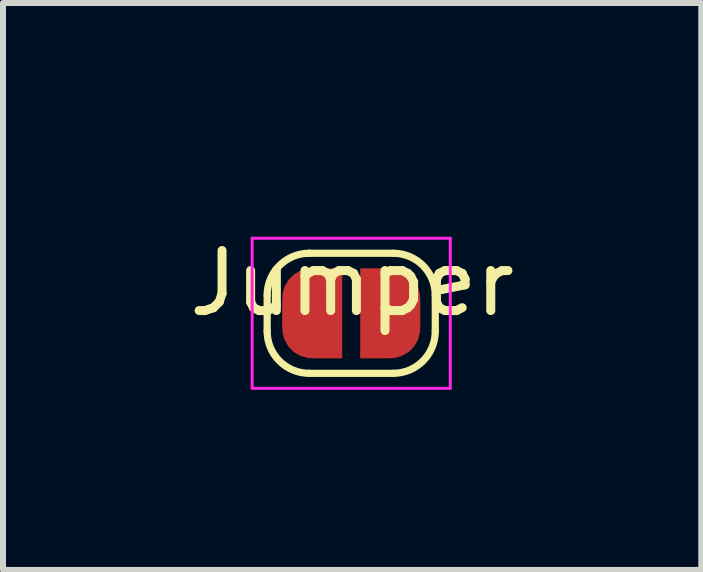
<source format=kicad_pcb>
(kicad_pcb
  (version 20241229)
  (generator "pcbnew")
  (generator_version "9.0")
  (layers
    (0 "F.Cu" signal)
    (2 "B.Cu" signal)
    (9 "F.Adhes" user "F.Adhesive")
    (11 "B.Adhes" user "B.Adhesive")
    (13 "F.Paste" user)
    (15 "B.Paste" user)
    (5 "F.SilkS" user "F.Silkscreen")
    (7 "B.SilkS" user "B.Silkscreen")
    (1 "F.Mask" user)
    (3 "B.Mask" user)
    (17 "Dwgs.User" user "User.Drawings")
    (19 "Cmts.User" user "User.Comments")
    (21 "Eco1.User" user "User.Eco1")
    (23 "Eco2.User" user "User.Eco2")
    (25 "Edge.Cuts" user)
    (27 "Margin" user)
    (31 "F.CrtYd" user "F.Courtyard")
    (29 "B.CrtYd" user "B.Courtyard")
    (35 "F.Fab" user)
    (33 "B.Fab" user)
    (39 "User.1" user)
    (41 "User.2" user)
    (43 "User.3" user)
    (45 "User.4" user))
  (footprint "Jumper"
    (layer "F.Cu")
    (at 2.815 2.168)
    (property "Reference" "Jumper" (at 0 -0.5 0) (unlocked yes) (layer "F.SilkS") (effects (font (size 1 1) (thickness 0.15))))
    (attr smd)
    (fp_line (start -1.415 0.3) (end -1.415 -0.3) (stroke (width 0.12) (type solid)) (layer "F.SilkS"))
    (fp_line (start -0.715 -1) (end 0.685 -1) (stroke (width 0.12) (type solid)) (layer "F.SilkS"))
    (fp_line (start 0.685 1) (end -0.715 1) (stroke (width 0.12) (type solid)) (layer "F.SilkS"))
    (fp_line (start 1.385 -0.3) (end 1.385 0.3) (stroke (width 0.12) (type solid)) (layer "F.SilkS"))
    (fp_arc (start -1.415 -0.3) (mid -1.209975 -0.794975) (end -0.715 -1) (stroke (width 0.12) (type solid)) (layer "F.SilkS"))
    (fp_arc (start -0.715 1) (mid -1.209975 0.794975) (end -1.415 0.3) (stroke (width 0.12) (type solid)) (layer "F.SilkS"))
    (fp_arc (start 0.685 -1) (mid 1.179975 -0.794975) (end 1.385 -0.3) (stroke (width 0.12) (type solid)) (layer "F.SilkS"))
    (fp_arc (start 1.385 0.3) (mid 1.179975 0.794975) (end 0.685 1) (stroke (width 0.12) (type solid)) (layer "F.SilkS"))
    (fp_line (start -1.665 -1.25) (end -1.665 1.25) (stroke (width 0.05) (type solid)) (layer "F.CrtYd"))
    (fp_line (start -1.665 -1.25) (end 1.635 -1.25) (stroke (width 0.05) (type solid)) (layer "F.CrtYd"))
    (fp_line (start 1.635 1.25) (end -1.665 1.25) (stroke (width 0.05) (type solid)) (layer "F.CrtYd"))
    (fp_line (start 1.635 1.25) (end 1.635 -1.25) (stroke (width 0.05) (type solid)) (layer "F.CrtYd"))
    (fp_text user "${NET_NAME(2)}" (at 0 -1.905 0) (unlocked yes) (layer "F.SilkS") (effects (font (size 1 1) (thickness 0.15))))
    (pad "1" smd custom (at -0.665 0) (size 1 0.5) (layers "F.Cu" "F.Mask") (options (anchor rect)) (primitives (gr_circle (center 0 0.25) (end 0.5 0.25) (width 0) (fill yes)) (gr_circle (center 0 -0.25) (end 0.5 -0.25) (width 0) (fill yes)) (gr_poly (pts (xy 0.5 0.75) (xy 0 0.75) (xy 0 -0.75) (xy 0.5 -0.75)) (width 0) (fill yes))))
    (pad "2" smd custom (at 0.635 0) (size 1 0.5) (layers "F.Cu" "F.Mask") (options (anchor rect)) (primitives (gr_circle (center 0 0.25) (end 0.5 0.25) (width 0) (fill yes)) (gr_circle (center 0 -0.25) (end 0.5 -0.25) (width 0) (fill yes)) (gr_poly (pts (xy 0 0.75) (xy -0.5 0.75) (xy -0.5 -0.75) (xy 0 -0.75)) (width 0) (fill yes)))))
  (gr_rect
    (start -3 -3)
    (end 8.631 6.443)
    (stroke (width 0.1) (type default))
    (fill no)
    (layer "Edge.Cuts")))
</source>
